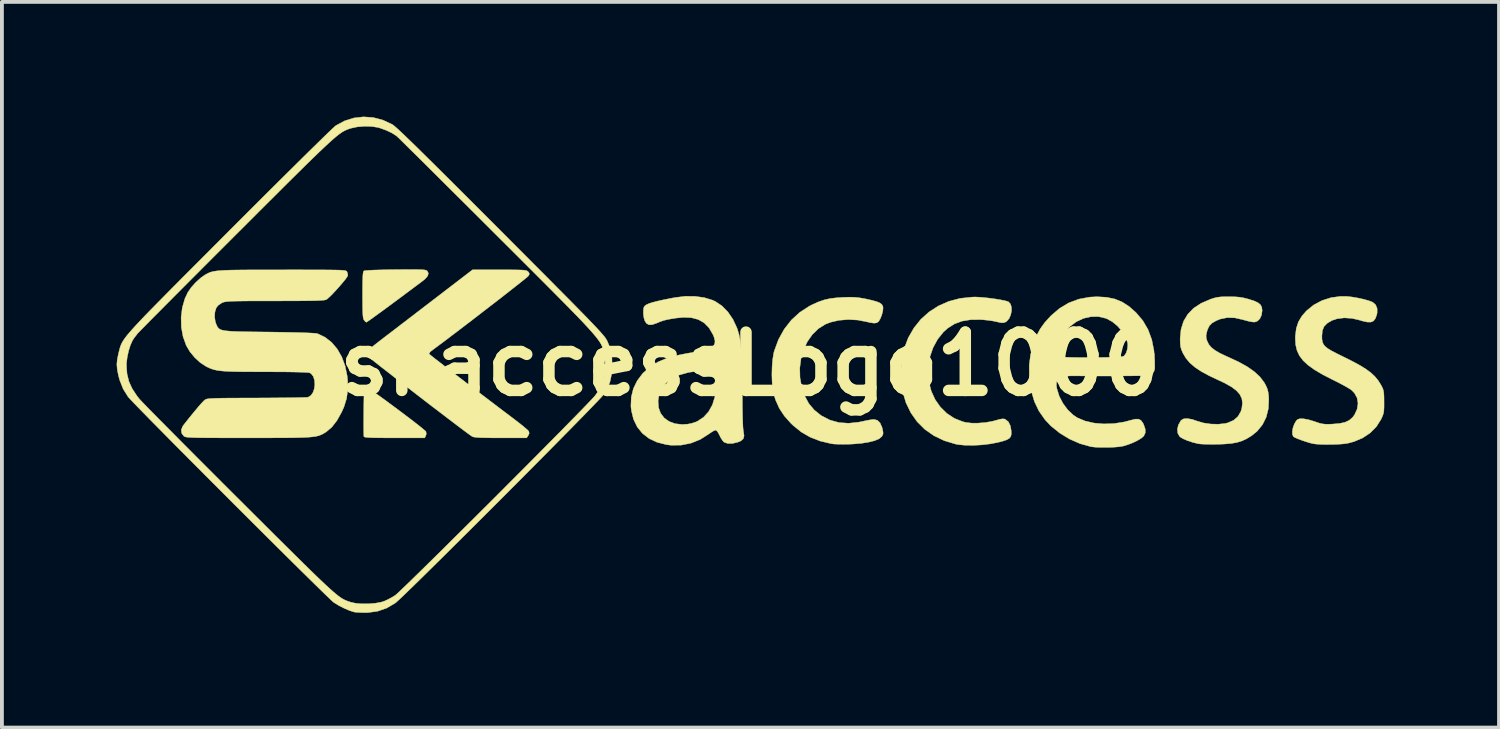
<source format=kicad_pcb>
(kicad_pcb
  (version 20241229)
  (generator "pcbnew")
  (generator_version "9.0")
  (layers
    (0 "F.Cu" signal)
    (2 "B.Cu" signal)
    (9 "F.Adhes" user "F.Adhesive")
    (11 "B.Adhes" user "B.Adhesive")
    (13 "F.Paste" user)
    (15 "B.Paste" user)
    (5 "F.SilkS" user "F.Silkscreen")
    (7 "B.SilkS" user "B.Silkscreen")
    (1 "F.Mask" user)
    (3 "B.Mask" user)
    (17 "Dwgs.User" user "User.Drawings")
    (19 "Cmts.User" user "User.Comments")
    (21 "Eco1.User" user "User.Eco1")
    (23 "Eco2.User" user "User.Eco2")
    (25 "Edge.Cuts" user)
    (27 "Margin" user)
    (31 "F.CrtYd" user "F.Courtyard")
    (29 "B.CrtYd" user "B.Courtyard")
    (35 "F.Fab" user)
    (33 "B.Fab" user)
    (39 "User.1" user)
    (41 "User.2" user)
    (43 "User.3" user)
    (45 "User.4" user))
  (footprint "skaccessLogo1000"
    (layer "F.Cu")
    (at 16.563 6.468)
    (property "Reference" "skaccessLogo1000" (at 0 0 0) (layer "F.SilkS") (effects (font (size 1.524 1.524) (thickness 0.3))))
    (attr through_hole)
    (fp_poly (pts (xy -10.03 0.603) (xy -9.967 0.643) (xy -9.875 0.706) (xy -9.759 0.788) (xy -9.625 0.885) (xy -9.478 0.992) (xy -9.324 1.106) (xy -9.167 1.223) (xy -9.014 1.338) (xy -8.87 1.447) (xy -8.741 1.547) (xy -8.631 1.633) (xy -8.547 1.702) (xy -8.493 1.748) (xy -8.476 1.767) (xy -8.468 1.831) (xy -8.48 1.87) (xy -8.508 1.93) (xy -9.297 1.93) (xy -9.529 1.93) (xy -9.714 1.928) (xy -9.857 1.926) (xy -9.963 1.922) (xy -10.035 1.916) (xy -10.078 1.909) (xy -10.097 1.9) (xy -10.098 1.898) (xy -10.101 1.865) (xy -10.103 1.788) (xy -10.105 1.675) (xy -10.105 1.533) (xy -10.104 1.369) (xy -10.103 1.232) (xy -10.101 1.033) (xy -10.098 0.88) (xy -10.094 0.766) (xy -10.089 0.686) (xy -10.082 0.634) (xy -10.073 0.604) (xy -10.062 0.592) (xy -10.058 0.59) (xy -10.03 0.603)) (stroke (width 0.01) (type solid)) (fill yes) (layer "F.SilkS"))
    (fp_poly (pts (xy -8.737 -2.471) (xy -8.633 -2.469) (xy -8.558 -2.466) (xy -8.507 -2.46) (xy -8.473 -2.452) (xy -8.452 -2.442) (xy -8.443 -2.434) (xy -8.413 -2.374) (xy -8.431 -2.304) (xy -8.5 -2.224) (xy -8.552 -2.181) (xy -8.759 -2.026) (xy -8.964 -1.873) (xy -9.162 -1.725) (xy -9.35 -1.586) (xy -9.523 -1.458) (xy -9.678 -1.345) (xy -9.81 -1.249) (xy -9.915 -1.173) (xy -9.99 -1.121) (xy -10.029 -1.095) (xy -10.034 -1.092) (xy -10.063 -1.111) (xy -10.095 -1.149) (xy -10.108 -1.174) (xy -10.118 -1.214) (xy -10.125 -1.274) (xy -10.13 -1.361) (xy -10.133 -1.48) (xy -10.134 -1.639) (xy -10.135 -1.806) (xy -10.134 -2.009) (xy -10.132 -2.166) (xy -10.128 -2.282) (xy -10.122 -2.362) (xy -10.113 -2.411) (xy -10.102 -2.433) (xy -10.102 -2.434) (xy -10.066 -2.443) (xy -9.98 -2.45) (xy -9.848 -2.457) (xy -9.669 -2.462) (xy -9.447 -2.467) (xy -9.278 -2.469) (xy -9.054 -2.471) (xy -8.876 -2.472) (xy -8.737 -2.471)) (stroke (width 0.01) (type solid)) (fill yes) (layer "F.SilkS"))
    (fp_poly (pts (xy 5.994 -1.748) (xy 6.127 -1.737) (xy 6.271 -1.721) (xy 6.415 -1.701) (xy 6.548 -1.679) (xy 6.658 -1.657) (xy 6.734 -1.636) (xy 6.753 -1.628) (xy 6.805 -1.573) (xy 6.831 -1.489) (xy 6.833 -1.389) (xy 6.812 -1.286) (xy 6.771 -1.192) (xy 6.71 -1.12) (xy 6.674 -1.097) (xy 6.626 -1.08) (xy 6.573 -1.079) (xy 6.498 -1.093) (xy 6.445 -1.106) (xy 6.349 -1.126) (xy 6.222 -1.144) (xy 6.086 -1.158) (xy 6.019 -1.162) (xy 5.762 -1.159) (xy 5.538 -1.122) (xy 5.342 -1.05) (xy 5.168 -0.94) (xy 5.054 -0.838) (xy 4.902 -0.649) (xy 4.782 -0.428) (xy 4.698 -0.184) (xy 4.654 0.072) (xy 4.649 0.207) (xy 4.671 0.466) (xy 4.735 0.708) (xy 4.837 0.93) (xy 4.974 1.125) (xy 5.141 1.289) (xy 5.335 1.418) (xy 5.553 1.505) (xy 5.637 1.526) (xy 5.785 1.544) (xy 5.962 1.544) (xy 6.149 1.529) (xy 6.326 1.498) (xy 6.422 1.473) (xy 6.528 1.444) (xy 6.599 1.432) (xy 6.649 1.437) (xy 6.668 1.444) (xy 6.749 1.507) (xy 6.802 1.613) (xy 6.824 1.732) (xy 6.829 1.822) (xy 6.815 1.89) (xy 6.777 1.941) (xy 6.708 1.981) (xy 6.601 2.017) (xy 6.476 2.049) (xy 6.276 2.087) (xy 6.06 2.113) (xy 5.842 2.125) (xy 5.636 2.124) (xy 5.456 2.108) (xy 5.376 2.094) (xy 5.074 2.003) (xy 4.803 1.873) (xy 4.566 1.707) (xy 4.365 1.506) (xy 4.2 1.273) (xy 4.073 1.01) (xy 3.987 0.719) (xy 3.943 0.402) (xy 3.937 0.229) (xy 3.96 -0.099) (xy 4.027 -0.405) (xy 4.134 -0.688) (xy 4.281 -0.943) (xy 4.462 -1.169) (xy 4.677 -1.362) (xy 4.921 -1.519) (xy 5.192 -1.639) (xy 5.488 -1.717) (xy 5.805 -1.751) (xy 5.885 -1.753) (xy 5.994 -1.748)) (stroke (width 0.01) (type solid)) (fill yes) (layer "F.SilkS"))
    (fp_poly (pts (xy 2.724 -1.746) (xy 2.841 -1.735) (xy 2.968 -1.714) (xy 3.023 -1.703) (xy 3.187 -1.666) (xy 3.308 -1.632) (xy 3.39 -1.598) (xy 3.442 -1.559) (xy 3.468 -1.513) (xy 3.475 -1.478) (xy 3.469 -1.393) (xy 3.443 -1.289) (xy 3.403 -1.187) (xy 3.358 -1.112) (xy 3.357 -1.111) (xy 3.311 -1.079) (xy 3.242 -1.069) (xy 3.141 -1.083) (xy 3.048 -1.105) (xy 2.809 -1.151) (xy 2.563 -1.164) (xy 2.322 -1.144) (xy 2.101 -1.093) (xy 1.967 -1.041) (xy 1.784 -0.926) (xy 1.626 -0.772) (xy 1.496 -0.586) (xy 1.396 -0.374) (xy 1.329 -0.142) (xy 1.297 0.103) (xy 1.303 0.354) (xy 1.345 0.59) (xy 1.425 0.831) (xy 1.533 1.032) (xy 1.675 1.201) (xy 1.853 1.344) (xy 1.864 1.351) (xy 2.084 1.464) (xy 2.32 1.53) (xy 2.573 1.548) (xy 2.843 1.519) (xy 2.942 1.498) (xy 3.05 1.475) (xy 3.15 1.457) (xy 3.223 1.448) (xy 3.236 1.448) (xy 3.326 1.47) (xy 3.396 1.539) (xy 3.447 1.654) (xy 3.458 1.697) (xy 3.474 1.778) (xy 3.474 1.83) (xy 3.457 1.872) (xy 3.437 1.899) (xy 3.37 1.954) (xy 3.257 2.002) (xy 3.105 2.041) (xy 2.919 2.071) (xy 2.704 2.09) (xy 2.591 2.095) (xy 2.451 2.097) (xy 2.319 2.096) (xy 2.207 2.092) (xy 2.13 2.084) (xy 2.125 2.083) (xy 1.83 2.013) (xy 1.57 1.912) (xy 1.337 1.778) (xy 1.123 1.605) (xy 1.066 1.55) (xy 0.894 1.357) (xy 0.763 1.159) (xy 0.665 0.941) (xy 0.617 0.787) (xy 0.59 0.646) (xy 0.574 0.47) (xy 0.568 0.275) (xy 0.573 0.076) (xy 0.588 -0.112) (xy 0.613 -0.274) (xy 0.629 -0.338) (xy 0.74 -0.64) (xy 0.89 -0.911) (xy 1.076 -1.149) (xy 1.297 -1.352) (xy 1.551 -1.516) (xy 1.613 -1.548) (xy 1.779 -1.623) (xy 1.934 -1.677) (xy 2.093 -1.713) (xy 2.274 -1.734) (xy 2.438 -1.744) (xy 2.596 -1.749) (xy 2.724 -1.746)) (stroke (width 0.01) (type solid)) (fill yes) (layer "F.SilkS"))
    (fp_poly (pts (xy -6.347 -2.464) (xy -6.183 -2.463) (xy -6.059 -2.461) (xy -5.968 -2.458) (xy -5.904 -2.453) (xy -5.861 -2.446) (xy -5.833 -2.436) (xy -5.814 -2.423) (xy -5.804 -2.414) (xy -5.775 -2.373) (xy -5.779 -2.337) (xy -5.799 -2.303) (xy -5.824 -2.279) (xy -5.886 -2.228) (xy -5.98 -2.153) (xy -6.102 -2.056) (xy -6.248 -1.941) (xy -6.413 -1.812) (xy -6.595 -1.67) (xy -6.789 -1.521) (xy -6.99 -1.366) (xy -7.194 -1.208) (xy -7.398 -1.052) (xy -7.597 -0.9) (xy -7.787 -0.756) (xy -7.964 -0.621) (xy -8.125 -0.501) (xy -8.264 -0.398) (xy -8.286 -0.381) (xy -8.351 -0.331) (xy -8.395 -0.292) (xy -8.407 -0.276) (xy -8.387 -0.258) (xy -8.331 -0.212) (xy -8.24 -0.14) (xy -8.118 -0.046) (xy -7.97 0.07) (xy -7.797 0.203) (xy -7.604 0.351) (xy -7.393 0.513) (xy -7.168 0.684) (xy -6.932 0.864) (xy -6.689 1.049) (xy -6.442 1.236) (xy -6.194 1.423) (xy -6.164 1.446) (xy -6.047 1.536) (xy -5.944 1.618) (xy -5.861 1.688) (xy -5.806 1.737) (xy -5.788 1.759) (xy -5.777 1.812) (xy -5.803 1.869) (xy -5.843 1.93) (xy -6.522 1.93) (xy -6.743 1.93) (xy -6.917 1.927) (xy -7.051 1.924) (xy -7.149 1.918) (xy -7.216 1.91) (xy -7.256 1.9) (xy -7.264 1.896) (xy -7.3 1.873) (xy -7.371 1.822) (xy -7.473 1.746) (xy -7.602 1.649) (xy -7.754 1.534) (xy -7.925 1.404) (xy -8.111 1.262) (xy -8.308 1.112) (xy -8.511 0.956) (xy -8.717 0.797) (xy -8.922 0.639) (xy -9.121 0.485) (xy -9.311 0.338) (xy -9.486 0.201) (xy -9.645 0.078) (xy -9.781 -0.03) (xy -9.891 -0.117) (xy -9.971 -0.182) (xy -10.018 -0.221) (xy -10.027 -0.231) (xy -10.04 -0.252) (xy -10.045 -0.273) (xy -10.039 -0.297) (xy -10.016 -0.329) (xy -9.975 -0.371) (xy -9.909 -0.427) (xy -9.817 -0.502) (xy -9.694 -0.598) (xy -9.536 -0.72) (xy -9.449 -0.786) (xy -9.306 -0.895) (xy -9.132 -1.029) (xy -8.934 -1.18) (xy -8.722 -1.343) (xy -8.503 -1.511) (xy -8.287 -1.676) (xy -8.094 -1.824) (xy -7.259 -2.464) (xy -6.555 -2.464) (xy -6.347 -2.464)) (stroke (width 0.01) (type solid)) (fill yes) (layer "F.SilkS"))
    (fp_poly (pts (xy 12.676 -1.758) (xy 12.799 -1.748) (xy 12.912 -1.728) (xy 13.035 -1.696) (xy 13.04 -1.694) (xy 13.182 -1.648) (xy 13.28 -1.602) (xy 13.342 -1.551) (xy 13.375 -1.487) (xy 13.386 -1.406) (xy 13.386 -1.396) (xy 13.369 -1.278) (xy 13.324 -1.182) (xy 13.255 -1.118) (xy 13.19 -1.097) (xy 13.13 -1.101) (xy 13.038 -1.118) (xy 12.931 -1.146) (xy 12.891 -1.158) (xy 12.672 -1.208) (xy 12.473 -1.214) (xy 12.288 -1.176) (xy 12.183 -1.133) (xy 12.075 -1.071) (xy 12.005 -0.999) (xy 11.958 -0.903) (xy 11.936 -0.827) (xy 11.92 -0.741) (xy 11.926 -0.669) (xy 11.95 -0.596) (xy 11.994 -0.509) (xy 12.06 -0.431) (xy 12.156 -0.357) (xy 12.286 -0.281) (xy 12.457 -0.2) (xy 12.502 -0.181) (xy 12.775 -0.054) (xy 13.002 0.073) (xy 13.185 0.202) (xy 13.329 0.336) (xy 13.437 0.478) (xy 13.482 0.558) (xy 13.52 0.646) (xy 13.543 0.735) (xy 13.556 0.843) (xy 13.56 0.921) (xy 13.548 1.166) (xy 13.492 1.389) (xy 13.394 1.586) (xy 13.255 1.756) (xy 13.111 1.873) (xy 12.985 1.95) (xy 12.862 2.008) (xy 12.731 2.049) (xy 12.581 2.076) (xy 12.4 2.091) (xy 12.217 2.098) (xy 12.071 2.099) (xy 11.933 2.097) (xy 11.817 2.093) (xy 11.734 2.086) (xy 11.711 2.082) (xy 11.565 2.046) (xy 11.431 2.001) (xy 11.319 1.953) (xy 11.243 1.907) (xy 11.227 1.893) (xy 11.18 1.808) (xy 11.17 1.703) (xy 11.197 1.591) (xy 11.258 1.484) (xy 11.272 1.467) (xy 11.336 1.431) (xy 11.434 1.425) (xy 11.559 1.448) (xy 11.682 1.49) (xy 11.853 1.54) (xy 12.046 1.568) (xy 12.242 1.573) (xy 12.423 1.553) (xy 12.486 1.537) (xy 12.639 1.471) (xy 12.754 1.371) (xy 12.83 1.238) (xy 12.854 1.157) (xy 12.871 1.023) (xy 12.855 0.904) (xy 12.804 0.796) (xy 12.714 0.694) (xy 12.583 0.596) (xy 12.407 0.497) (xy 12.243 0.42) (xy 11.995 0.303) (xy 11.791 0.192) (xy 11.627 0.082) (xy 11.496 -0.031) (xy 11.395 -0.15) (xy 11.317 -0.281) (xy 11.306 -0.304) (xy 11.273 -0.383) (xy 11.253 -0.456) (xy 11.244 -0.542) (xy 11.242 -0.659) (xy 11.242 -0.673) (xy 11.266 -0.91) (xy 11.332 -1.12) (xy 11.442 -1.303) (xy 11.594 -1.46) (xy 11.79 -1.589) (xy 12.03 -1.693) (xy 12.03 -1.693) (xy 12.128 -1.725) (xy 12.213 -1.745) (xy 12.303 -1.756) (xy 12.413 -1.761) (xy 12.522 -1.761) (xy 12.676 -1.758)) (stroke (width 0.01) (type solid)) (fill yes) (layer "F.SilkS"))
    (fp_poly (pts (xy 15.608 -1.768) (xy 15.751 -1.751) (xy 15.905 -1.724) (xy 16.054 -1.69) (xy 16.183 -1.653) (xy 16.277 -1.615) (xy 16.279 -1.614) (xy 16.353 -1.549) (xy 16.392 -1.454) (xy 16.392 -1.336) (xy 16.382 -1.291) (xy 16.347 -1.192) (xy 16.299 -1.128) (xy 16.232 -1.097) (xy 16.138 -1.097) (xy 16.011 -1.125) (xy 15.935 -1.148) (xy 15.732 -1.195) (xy 15.532 -1.208) (xy 15.348 -1.185) (xy 15.212 -1.14) (xy 15.087 -1.067) (xy 15.005 -0.983) (xy 14.961 -0.876) (xy 14.948 -0.738) (xy 14.948 -0.737) (xy 14.95 -0.65) (xy 14.962 -0.578) (xy 14.987 -0.518) (xy 15.031 -0.462) (xy 15.1 -0.407) (xy 15.2 -0.346) (xy 15.335 -0.276) (xy 15.51 -0.189) (xy 15.516 -0.186) (xy 15.751 -0.069) (xy 15.944 0.036) (xy 16.101 0.133) (xy 16.228 0.227) (xy 16.331 0.323) (xy 16.416 0.425) (xy 16.488 0.538) (xy 16.513 0.584) (xy 16.54 0.64) (xy 16.557 0.697) (xy 16.568 0.765) (xy 16.572 0.859) (xy 16.573 0.991) (xy 16.573 0.991) (xy 16.573 1.12) (xy 16.569 1.212) (xy 16.559 1.282) (xy 16.54 1.343) (xy 16.511 1.41) (xy 16.491 1.451) (xy 16.371 1.639) (xy 16.21 1.801) (xy 16.014 1.932) (xy 15.787 2.028) (xy 15.631 2.07) (xy 15.523 2.086) (xy 15.38 2.097) (xy 15.219 2.103) (xy 15.053 2.104) (xy 14.899 2.1) (xy 14.771 2.09) (xy 14.714 2.081) (xy 14.632 2.061) (xy 14.531 2.03) (xy 14.423 1.994) (xy 14.324 1.956) (xy 14.246 1.923) (xy 14.206 1.9) (xy 14.179 1.848) (xy 14.175 1.767) (xy 14.191 1.67) (xy 14.225 1.574) (xy 14.272 1.491) (xy 14.31 1.45) (xy 14.371 1.429) (xy 14.469 1.431) (xy 14.598 1.455) (xy 14.75 1.5) (xy 14.783 1.512) (xy 14.878 1.544) (xy 14.957 1.563) (xy 15.037 1.572) (xy 15.136 1.573) (xy 15.229 1.569) (xy 15.412 1.553) (xy 15.554 1.522) (xy 15.664 1.47) (xy 15.75 1.395) (xy 15.801 1.327) (xy 15.869 1.178) (xy 15.892 1.03) (xy 15.869 0.888) (xy 15.801 0.761) (xy 15.727 0.684) (xy 15.673 0.647) (xy 15.583 0.594) (xy 15.467 0.53) (xy 15.334 0.461) (xy 15.227 0.408) (xy 14.969 0.276) (xy 14.757 0.151) (xy 14.587 0.029) (xy 14.456 -0.093) (xy 14.36 -0.22) (xy 14.297 -0.356) (xy 14.262 -0.504) (xy 14.252 -0.67) (xy 14.254 -0.733) (xy 14.279 -0.934) (xy 14.335 -1.105) (xy 14.429 -1.26) (xy 14.547 -1.394) (xy 14.733 -1.545) (xy 14.949 -1.66) (xy 15.187 -1.736) (xy 15.438 -1.77) (xy 15.608 -1.768)) (stroke (width 0.01) (type solid)) (fill yes) (layer "F.SilkS"))
    (fp_poly (pts (xy 9.315 -1.746) (xy 9.53 -1.702) (xy 9.723 -1.624) (xy 9.905 -1.507) (xy 10.086 -1.347) (xy 10.266 -1.136) (xy 10.403 -0.901) (xy 10.5 -0.639) (xy 10.557 -0.348) (xy 10.574 -0.093) (xy 10.576 0.028) (xy 10.574 0.109) (xy 10.568 0.162) (xy 10.553 0.197) (xy 10.529 0.224) (xy 10.508 0.243) (xy 10.437 0.305) (xy 9.657 0.311) (xy 9.444 0.313) (xy 9.23 0.313) (xy 9.026 0.313) (xy 8.841 0.312) (xy 8.686 0.311) (xy 8.57 0.309) (xy 8.558 0.309) (xy 8.366 0.309) (xy 8.219 0.322) (xy 8.114 0.352) (xy 8.046 0.399) (xy 8.012 0.468) (xy 8.007 0.56) (xy 8.02 0.647) (xy 8.081 0.842) (xy 8.178 1.028) (xy 8.302 1.196) (xy 8.446 1.332) (xy 8.553 1.404) (xy 8.756 1.489) (xy 8.991 1.543) (xy 9.246 1.565) (xy 9.512 1.556) (xy 9.78 1.514) (xy 9.95 1.469) (xy 10.069 1.44) (xy 10.155 1.44) (xy 10.217 1.472) (xy 10.268 1.54) (xy 10.288 1.581) (xy 10.329 1.701) (xy 10.331 1.797) (xy 10.293 1.879) (xy 10.289 1.884) (xy 10.23 1.936) (xy 10.134 1.995) (xy 10.015 2.053) (xy 9.886 2.104) (xy 9.76 2.143) (xy 9.747 2.146) (xy 9.643 2.163) (xy 9.504 2.174) (xy 9.347 2.18) (xy 9.187 2.18) (xy 9.041 2.175) (xy 8.925 2.163) (xy 8.903 2.159) (xy 8.622 2.08) (xy 8.349 1.96) (xy 8.093 1.804) (xy 7.865 1.62) (xy 7.71 1.456) (xy 7.55 1.228) (xy 7.431 0.978) (xy 7.349 0.701) (xy 7.304 0.392) (xy 7.298 0.305) (xy 7.297 0.021) (xy 7.331 -0.243) (xy 7.391 -0.473) (xy 8.038 -0.473) (xy 8.038 -0.356) (xy 8.074 -0.262) (xy 8.14 -0.2) (xy 8.179 -0.185) (xy 8.223 -0.18) (xy 8.311 -0.176) (xy 8.436 -0.173) (xy 8.59 -0.171) (xy 8.765 -0.17) (xy 8.956 -0.171) (xy 8.996 -0.171) (xy 9.212 -0.173) (xy 9.384 -0.176) (xy 9.516 -0.179) (xy 9.614 -0.183) (xy 9.684 -0.189) (xy 9.731 -0.196) (xy 9.762 -0.206) (xy 9.781 -0.218) (xy 9.783 -0.22) (xy 9.829 -0.288) (xy 9.861 -0.386) (xy 9.873 -0.493) (xy 9.868 -0.556) (xy 9.818 -0.705) (xy 9.728 -0.854) (xy 9.608 -0.991) (xy 9.468 -1.107) (xy 9.317 -1.189) (xy 9.303 -1.194) (xy 9.112 -1.24) (xy 8.914 -1.239) (xy 8.717 -1.195) (xy 8.53 -1.108) (xy 8.371 -0.99) (xy 8.264 -0.877) (xy 8.169 -0.752) (xy 8.094 -0.626) (xy 8.047 -0.513) (xy 8.038 -0.473) (xy 7.391 -0.473) (xy 7.4 -0.509) (xy 7.415 -0.553) (xy 7.493 -0.752) (xy 7.586 -0.924) (xy 7.702 -1.085) (xy 7.853 -1.251) (xy 7.861 -1.26) (xy 8.084 -1.452) (xy 8.327 -1.598) (xy 8.591 -1.697) (xy 8.874 -1.75) (xy 9.068 -1.76) (xy 9.315 -1.746)) (stroke (width 0.01) (type solid)) (fill yes) (layer "F.SilkS"))
    (fp_poly (pts (xy -1.438 -1.77) (xy -1.197 -1.736) (xy -0.983 -1.67) (xy -0.913 -1.638) (xy -0.739 -1.522) (xy -0.583 -1.363) (xy -0.45 -1.169) (xy -0.345 -0.944) (xy -0.292 -0.775) (xy -0.267 -0.647) (xy -0.246 -0.472) (xy -0.229 -0.251) (xy -0.216 0.019) (xy -0.208 0.338) (xy -0.204 0.707) (xy -0.204 0.871) (xy -0.203 1.126) (xy -0.199 1.343) (xy -0.194 1.521) (xy -0.188 1.655) (xy -0.179 1.743) (xy -0.174 1.768) (xy -0.159 1.876) (xy -0.179 1.952) (xy -0.241 2.008) (xy -0.32 2.042) (xy -0.462 2.076) (xy -0.584 2.077) (xy -0.677 2.046) (xy -0.682 2.042) (xy -0.724 1.997) (xy -0.771 1.923) (xy -0.8 1.864) (xy -0.847 1.775) (xy -0.889 1.731) (xy -0.904 1.727) (xy -0.946 1.742) (xy -1.012 1.781) (xy -1.078 1.827) (xy -1.304 1.971) (xy -1.549 2.069) (xy -1.807 2.12) (xy -2.072 2.122) (xy -2.19 2.107) (xy -2.435 2.045) (xy -2.644 1.946) (xy -2.817 1.812) (xy -2.952 1.645) (xy -3.049 1.446) (xy -3.105 1.217) (xy -3.118 1.102) (xy -3.112 0.965) (xy -2.407 0.965) (xy -2.395 1.138) (xy -2.341 1.287) (xy -2.248 1.409) (xy -2.121 1.5) (xy -1.964 1.559) (xy -1.78 1.58) (xy -1.632 1.571) (xy -1.525 1.549) (xy -1.416 1.513) (xy -1.381 1.497) (xy -1.219 1.391) (xy -1.087 1.246) (xy -0.987 1.067) (xy -0.927 0.873) (xy -0.903 0.728) (xy -0.892 0.579) (xy -0.892 0.44) (xy -0.905 0.328) (xy -0.916 0.287) (xy -0.943 0.23) (xy -0.986 0.193) (xy -1.051 0.172) (xy -1.147 0.167) (xy -1.283 0.174) (xy -1.326 0.178) (xy -1.609 0.218) (xy -1.849 0.285) (xy -2.047 0.379) (xy -2.203 0.498) (xy -2.315 0.642) (xy -2.384 0.812) (xy -2.407 0.965) (xy -3.112 0.965) (xy -3.109 0.865) (xy -3.053 0.641) (xy -2.952 0.434) (xy -2.81 0.246) (xy -2.628 0.082) (xy -2.41 -0.055) (xy -2.158 -0.162) (xy -2.155 -0.163) (xy -2.059 -0.191) (xy -1.928 -0.222) (xy -1.777 -0.254) (xy -1.619 -0.284) (xy -1.563 -0.293) (xy -1.389 -0.322) (xy -1.257 -0.347) (xy -1.16 -0.369) (xy -1.089 -0.39) (xy -1.037 -0.414) (xy -0.996 -0.442) (xy -0.972 -0.463) (xy -0.928 -0.526) (xy -0.919 -0.603) (xy -0.945 -0.705) (xy -0.975 -0.776) (xy -1.076 -0.947) (xy -1.202 -1.076) (xy -1.355 -1.164) (xy -1.536 -1.212) (xy -1.748 -1.221) (xy -1.93 -1.203) (xy -2.075 -1.18) (xy -2.184 -1.159) (xy -2.272 -1.136) (xy -2.355 -1.107) (xy -2.448 -1.068) (xy -2.454 -1.066) (xy -2.567 -1.028) (xy -2.652 -1.028) (xy -2.714 -1.067) (xy -2.753 -1.128) (xy -2.779 -1.213) (xy -2.793 -1.319) (xy -2.791 -1.421) (xy -2.778 -1.485) (xy -2.757 -1.518) (xy -2.716 -1.549) (xy -2.65 -1.58) (xy -2.556 -1.611) (xy -2.427 -1.644) (xy -2.26 -1.681) (xy -2.05 -1.723) (xy -1.956 -1.74) (xy -1.694 -1.772) (xy -1.438 -1.77)) (stroke (width 0.01) (type solid)) (fill yes) (layer "F.SilkS"))
    (fp_poly (pts (xy -11.611 -2.463) (xy -11.371 -2.463) (xy -11.17 -2.462) (xy -11.006 -2.461) (xy -10.874 -2.459) (xy -10.771 -2.457) (xy -10.693 -2.454) (xy -10.636 -2.449) (xy -10.596 -2.444) (xy -10.57 -2.438) (xy -10.555 -2.43) (xy -10.546 -2.421) (xy -10.54 -2.412) (xy -10.521 -2.35) (xy -10.52 -2.313) (xy -10.541 -2.274) (xy -10.589 -2.208) (xy -10.659 -2.123) (xy -10.741 -2.027) (xy -10.829 -1.929) (xy -10.915 -1.837) (xy -10.992 -1.76) (xy -11.052 -1.706) (xy -11.079 -1.687) (xy -11.103 -1.678) (xy -11.143 -1.671) (xy -11.203 -1.666) (xy -11.286 -1.661) (xy -11.397 -1.657) (xy -11.54 -1.655) (xy -11.719 -1.653) (xy -11.937 -1.651) (xy -12.2 -1.651) (xy -12.426 -1.65) (xy -12.715 -1.65) (xy -12.957 -1.65) (xy -13.158 -1.649) (xy -13.321 -1.647) (xy -13.452 -1.645) (xy -13.554 -1.642) (xy -13.633 -1.638) (xy -13.692 -1.632) (xy -13.736 -1.625) (xy -13.769 -1.617) (xy -13.797 -1.607) (xy -13.81 -1.602) (xy -13.907 -1.537) (xy -13.96 -1.469) (xy -13.994 -1.361) (xy -14.002 -1.233) (xy -13.983 -1.104) (xy -13.957 -1.033) (xy -13.938 -0.992) (xy -13.919 -0.959) (xy -13.894 -0.931) (xy -13.861 -0.908) (xy -13.815 -0.89) (xy -13.751 -0.875) (xy -13.665 -0.865) (xy -13.553 -0.856) (xy -13.41 -0.85) (xy -13.232 -0.846) (xy -13.014 -0.842) (xy -12.753 -0.839) (xy -12.573 -0.837) (xy -12.241 -0.832) (xy -11.959 -0.827) (xy -11.727 -0.821) (xy -11.545 -0.814) (xy -11.413 -0.807) (xy -11.332 -0.799) (xy -11.307 -0.793) (xy -11.113 -0.7) (xy -10.941 -0.565) (xy -10.795 -0.392) (xy -10.677 -0.185) (xy -10.59 0.051) (xy -10.536 0.312) (xy -10.523 0.447) (xy -10.522 0.687) (xy -10.553 0.905) (xy -10.62 1.12) (xy -10.681 1.257) (xy -10.803 1.476) (xy -10.937 1.649) (xy -11.083 1.773) (xy -11.115 1.793) (xy -11.16 1.82) (xy -11.204 1.842) (xy -11.25 1.862) (xy -11.301 1.878) (xy -11.361 1.892) (xy -11.436 1.902) (xy -11.528 1.911) (xy -11.642 1.918) (xy -11.781 1.922) (xy -11.95 1.926) (xy -12.153 1.928) (xy -12.393 1.929) (xy -12.674 1.93) (xy -13.002 1.93) (xy -13.123 1.93) (xy -13.452 1.93) (xy -13.734 1.93) (xy -13.972 1.929) (xy -14.172 1.928) (xy -14.335 1.927) (xy -14.467 1.925) (xy -14.57 1.922) (xy -14.649 1.918) (xy -14.707 1.914) (xy -14.748 1.908) (xy -14.776 1.901) (xy -14.794 1.894) (xy -14.805 1.886) (xy -14.863 1.81) (xy -14.874 1.721) (xy -14.836 1.626) (xy -14.816 1.598) (xy -14.672 1.415) (xy -14.542 1.256) (xy -14.432 1.124) (xy -14.344 1.023) (xy -14.28 0.957) (xy -14.252 0.934) (xy -14.234 0.924) (xy -14.209 0.915) (xy -14.173 0.908) (xy -14.121 0.903) (xy -14.049 0.898) (xy -13.954 0.895) (xy -13.83 0.892) (xy -13.673 0.89) (xy -13.48 0.889) (xy -13.245 0.888) (xy -12.964 0.887) (xy -12.903 0.887) (xy -12.651 0.886) (xy -12.413 0.884) (xy -12.193 0.882) (xy -11.998 0.88) (xy -11.833 0.877) (xy -11.702 0.874) (xy -11.61 0.871) (xy -11.563 0.868) (xy -11.559 0.867) (xy -11.485 0.822) (xy -11.43 0.743) (xy -11.395 0.642) (xy -11.382 0.53) (xy -11.391 0.42) (xy -11.422 0.323) (xy -11.477 0.253) (xy -11.519 0.228) (xy -11.561 0.222) (xy -11.65 0.217) (xy -11.783 0.212) (xy -11.955 0.208) (xy -12.163 0.205) (xy -12.404 0.204) (xy -12.673 0.203) (xy -12.683 0.203) (xy -12.972 0.202) (xy -13.216 0.201) (xy -13.419 0.199) (xy -13.587 0.194) (xy -13.725 0.188) (xy -13.837 0.178) (xy -13.93 0.166) (xy -14.007 0.149) (xy -14.075 0.129) (xy -14.139 0.104) (xy -14.202 0.074) (xy -14.224 0.063) (xy -14.375 -0.035) (xy -14.522 -0.17) (xy -14.65 -0.326) (xy -14.744 -0.486) (xy -14.827 -0.717) (xy -14.872 -0.966) (xy -14.878 -1.222) (xy -14.847 -1.475) (xy -14.778 -1.713) (xy -14.702 -1.874) (xy -14.613 -2.003) (xy -14.496 -2.134) (xy -14.367 -2.251) (xy -14.257 -2.329) (xy -14.212 -2.354) (xy -14.169 -2.377) (xy -14.124 -2.396) (xy -14.073 -2.412) (xy -14.013 -2.425) (xy -13.939 -2.436) (xy -13.847 -2.444) (xy -13.734 -2.451) (xy -13.595 -2.456) (xy -13.427 -2.459) (xy -13.226 -2.461) (xy -12.987 -2.463) (xy -12.707 -2.463) (xy -12.382 -2.463) (xy -12.225 -2.463) (xy -11.894 -2.464) (xy -11.611 -2.463)) (stroke (width 0.01) (type solid)) (fill yes) (layer "F.SilkS"))
    (fp_poly (pts (xy -9.858 -6.446) (xy -9.608 -6.381) (xy -9.368 -6.27) (xy -9.353 -6.261) (xy -9.321 -6.239) (xy -9.271 -6.196) (xy -9.2 -6.133) (xy -9.108 -6.047) (xy -8.993 -5.937) (xy -8.854 -5.803) (xy -8.69 -5.643) (xy -8.5 -5.455) (xy -8.282 -5.24) (xy -8.035 -4.995) (xy -7.758 -4.719) (xy -7.449 -4.411) (xy -7.108 -4.07) (xy -6.733 -3.695) (xy -6.514 -3.475) (xy -6.149 -3.109) (xy -5.818 -2.777) (xy -5.52 -2.478) (xy -5.252 -2.209) (xy -5.014 -1.968) (xy -4.802 -1.755) (xy -4.616 -1.567) (xy -4.454 -1.402) (xy -4.314 -1.259) (xy -4.195 -1.136) (xy -4.094 -1.03) (xy -4.009 -0.941) (xy -3.94 -0.866) (xy -3.885 -0.804) (xy -3.841 -0.753) (xy -3.806 -0.711) (xy -3.781 -0.676) (xy -3.761 -0.646) (xy -3.746 -0.62) (xy -3.739 -0.606) (xy -3.676 -0.457) (xy -3.635 -0.316) (xy -3.614 -0.164) (xy -3.61 0.012) (xy -3.613 0.098) (xy -3.629 0.296) (xy -3.664 0.461) (xy -3.721 0.613) (xy -3.808 0.767) (xy -3.815 0.777) (xy -3.844 0.813) (xy -3.907 0.883) (xy -4.002 0.983) (xy -4.125 1.111) (xy -4.274 1.265) (xy -4.447 1.442) (xy -4.641 1.64) (xy -4.855 1.857) (xy -5.084 2.089) (xy -5.327 2.335) (xy -5.582 2.592) (xy -5.845 2.857) (xy -6.115 3.128) (xy -6.389 3.403) (xy -6.665 3.679) (xy -6.939 3.953) (xy -7.21 4.223) (xy -7.474 4.486) (xy -7.731 4.741) (xy -7.976 4.985) (xy -8.208 5.214) (xy -8.424 5.427) (xy -8.622 5.622) (xy -8.799 5.795) (xy -8.953 5.944) (xy -9.08 6.067) (xy -9.18 6.161) (xy -9.249 6.224) (xy -9.282 6.251) (xy -9.506 6.382) (xy -9.744 6.464) (xy -9.999 6.498) (xy -10.079 6.499) (xy -10.186 6.497) (xy -10.278 6.492) (xy -10.339 6.486) (xy -10.351 6.484) (xy -10.475 6.445) (xy -10.618 6.384) (xy -10.76 6.311) (xy -10.88 6.237) (xy -10.884 6.235) (xy -10.919 6.205) (xy -10.987 6.141) (xy -11.086 6.046) (xy -11.213 5.923) (xy -11.366 5.773) (xy -11.542 5.6) (xy -11.739 5.406) (xy -11.955 5.193) (xy -12.186 4.964) (xy -12.43 4.722) (xy -12.685 4.468) (xy -12.948 4.206) (xy -13.217 3.938) (xy -13.49 3.666) (xy -13.763 3.392) (xy -14.034 3.121) (xy -14.301 2.853) (xy -14.562 2.591) (xy -14.813 2.339) (xy -15.053 2.098) (xy -15.278 1.87) (xy -15.486 1.659) (xy -15.676 1.467) (xy -15.843 1.296) (xy -15.987 1.149) (xy -16.103 1.029) (xy -16.191 0.937) (xy -16.247 0.876) (xy -16.265 0.855) (xy -16.392 0.652) (xy -16.484 0.42) (xy -16.519 0.287) (xy -16.548 0.137) (xy -16.556 0.038) (xy -16.307 0.038) (xy -16.292 0.254) (xy -16.244 0.451) (xy -16.159 0.64) (xy -16.033 0.832) (xy -15.978 0.902) (xy -15.943 0.941) (xy -15.874 1.014) (xy -15.773 1.118) (xy -15.643 1.251) (xy -15.486 1.411) (xy -15.303 1.595) (xy -15.098 1.802) (xy -14.873 2.029) (xy -14.629 2.274) (xy -14.369 2.535) (xy -14.095 2.809) (xy -13.81 3.095) (xy -13.515 3.389) (xy -13.346 3.557) (xy -12.991 3.911) (xy -12.671 4.23) (xy -12.383 4.517) (xy -12.124 4.773) (xy -11.894 5.001) (xy -11.69 5.202) (xy -11.511 5.378) (xy -11.354 5.531) (xy -11.217 5.662) (xy -11.098 5.774) (xy -10.996 5.868) (xy -10.908 5.946) (xy -10.833 6.01) (xy -10.769 6.061) (xy -10.713 6.102) (xy -10.663 6.134) (xy -10.618 6.159) (xy -10.576 6.179) (xy -10.535 6.195) (xy -10.492 6.21) (xy -10.447 6.225) (xy -10.441 6.227) (xy -10.309 6.256) (xy -10.146 6.269) (xy -9.969 6.268) (xy -9.797 6.253) (xy -9.645 6.225) (xy -9.569 6.201) (xy -9.463 6.152) (xy -9.349 6.09) (xy -9.284 6.05) (xy -9.247 6.019) (xy -9.177 5.955) (xy -9.077 5.859) (xy -8.948 5.736) (xy -8.794 5.586) (xy -8.617 5.413) (xy -8.419 5.218) (xy -8.203 5.006) (xy -7.972 4.778) (xy -7.729 4.536) (xy -7.475 4.284) (xy -7.213 4.024) (xy -6.946 3.758) (xy -6.676 3.489) (xy -6.407 3.219) (xy -6.139 2.951) (xy -5.877 2.688) (xy -5.622 2.432) (xy -5.378 2.185) (xy -5.146 1.951) (xy -4.929 1.732) (xy -4.73 1.529) (xy -4.551 1.347) (xy -4.394 1.186) (xy -4.264 1.051) (xy -4.161 0.943) (xy -4.088 0.865) (xy -4.048 0.819) (xy -4.044 0.813) (xy -3.994 0.74) (xy -3.954 0.685) (xy -3.934 0.66) (xy -3.918 0.632) (xy -3.891 0.569) (xy -3.862 0.495) (xy -3.813 0.312) (xy -3.79 0.104) (xy -3.794 -0.111) (xy -3.82 -0.286) (xy -3.831 -0.334) (xy -3.842 -0.378) (xy -3.855 -0.421) (xy -3.871 -0.465) (xy -3.893 -0.511) (xy -3.922 -0.562) (xy -3.96 -0.618) (xy -4.008 -0.683) (xy -4.069 -0.757) (xy -4.143 -0.844) (xy -4.234 -0.944) (xy -4.341 -1.06) (xy -4.468 -1.194) (xy -4.616 -1.346) (xy -4.787 -1.521) (xy -4.982 -1.718) (xy -5.203 -1.941) (xy -5.452 -2.191) (xy -5.73 -2.469) (xy -6.04 -2.779) (xy -6.383 -3.121) (xy -6.637 -3.374) (xy -6.937 -3.674) (xy -7.229 -3.965) (xy -7.509 -4.244) (xy -7.776 -4.509) (xy -8.027 -4.759) (xy -8.26 -4.991) (xy -8.474 -5.204) (xy -8.667 -5.395) (xy -8.835 -5.561) (xy -8.978 -5.702) (xy -9.092 -5.815) (xy -9.176 -5.898) (xy -9.229 -5.948) (xy -9.246 -5.964) (xy -9.361 -6.038) (xy -9.507 -6.108) (xy -9.664 -6.166) (xy -9.73 -6.186) (xy -9.894 -6.212) (xy -10.082 -6.217) (xy -10.272 -6.201) (xy -10.44 -6.165) (xy -10.462 -6.158) (xy -10.505 -6.143) (xy -10.546 -6.127) (xy -10.587 -6.109) (xy -10.631 -6.086) (xy -10.678 -6.058) (xy -10.73 -6.021) (xy -10.791 -5.975) (xy -10.861 -5.917) (xy -10.942 -5.846) (xy -11.037 -5.76) (xy -11.147 -5.657) (xy -11.275 -5.536) (xy -11.421 -5.395) (xy -11.589 -5.231) (xy -11.779 -5.043) (xy -11.995 -4.83) (xy -12.237 -4.59) (xy -12.507 -4.32) (xy -12.809 -4.02) (xy -13.142 -3.686) (xy -13.436 -3.393) (xy -13.736 -3.093) (xy -14.027 -2.802) (xy -14.306 -2.523) (xy -14.571 -2.257) (xy -14.821 -2.006) (xy -15.053 -1.773) (xy -15.265 -1.56) (xy -15.455 -1.368) (xy -15.622 -1.201) (xy -15.762 -1.059) (xy -15.874 -0.945) (xy -15.956 -0.861) (xy -16.006 -0.809) (xy -16.021 -0.793) (xy -16.062 -0.738) (xy -16.092 -0.702) (xy -16.15 -0.615) (xy -16.205 -0.491) (xy -16.251 -0.343) (xy -16.286 -0.184) (xy -16.305 -0.029) (xy -16.307 0.038) (xy -16.556 0.038) (xy -16.558 0.012) (xy -16.548 -0.112) (xy -16.519 -0.256) (xy -16.511 -0.29) (xy -16.498 -0.342) (xy -16.486 -0.39) (xy -16.474 -0.434) (xy -16.459 -0.478) (xy -16.441 -0.522) (xy -16.417 -0.569) (xy -16.386 -0.62) (xy -16.346 -0.678) (xy -16.296 -0.744) (xy -16.232 -0.82) (xy -16.155 -0.908) (xy -16.062 -1.011) (xy -15.951 -1.129) (xy -15.822 -1.265) (xy -15.671 -1.42) (xy -15.497 -1.597) (xy -15.299 -1.798) (xy -15.076 -2.024) (xy -14.824 -2.277) (xy -14.543 -2.559) (xy -14.23 -2.872) (xy -13.885 -3.218) (xy -13.629 -3.475) (xy -13.32 -3.784) (xy -13.02 -4.084) (xy -12.73 -4.373) (xy -12.453 -4.649) (xy -12.19 -4.91) (xy -11.944 -5.153) (xy -11.717 -5.378) (xy -11.511 -5.581) (xy -11.328 -5.76) (xy -11.171 -5.914) (xy -11.04 -6.041) (xy -10.938 -6.138) (xy -10.868 -6.203) (xy -10.832 -6.235) (xy -10.83 -6.236) (xy -10.603 -6.358) (xy -10.361 -6.434) (xy -10.111 -6.463) (xy -9.858 -6.446)) (stroke (width 0.01) (type solid)) (fill yes) (layer "F.SilkS")))
  (gr_rect
    (start -3 -3)
    (end 36.142 15.973)
    (stroke (width 0.1) (type default))
    (fill no)
    (layer "Edge.Cuts")))
</source>
